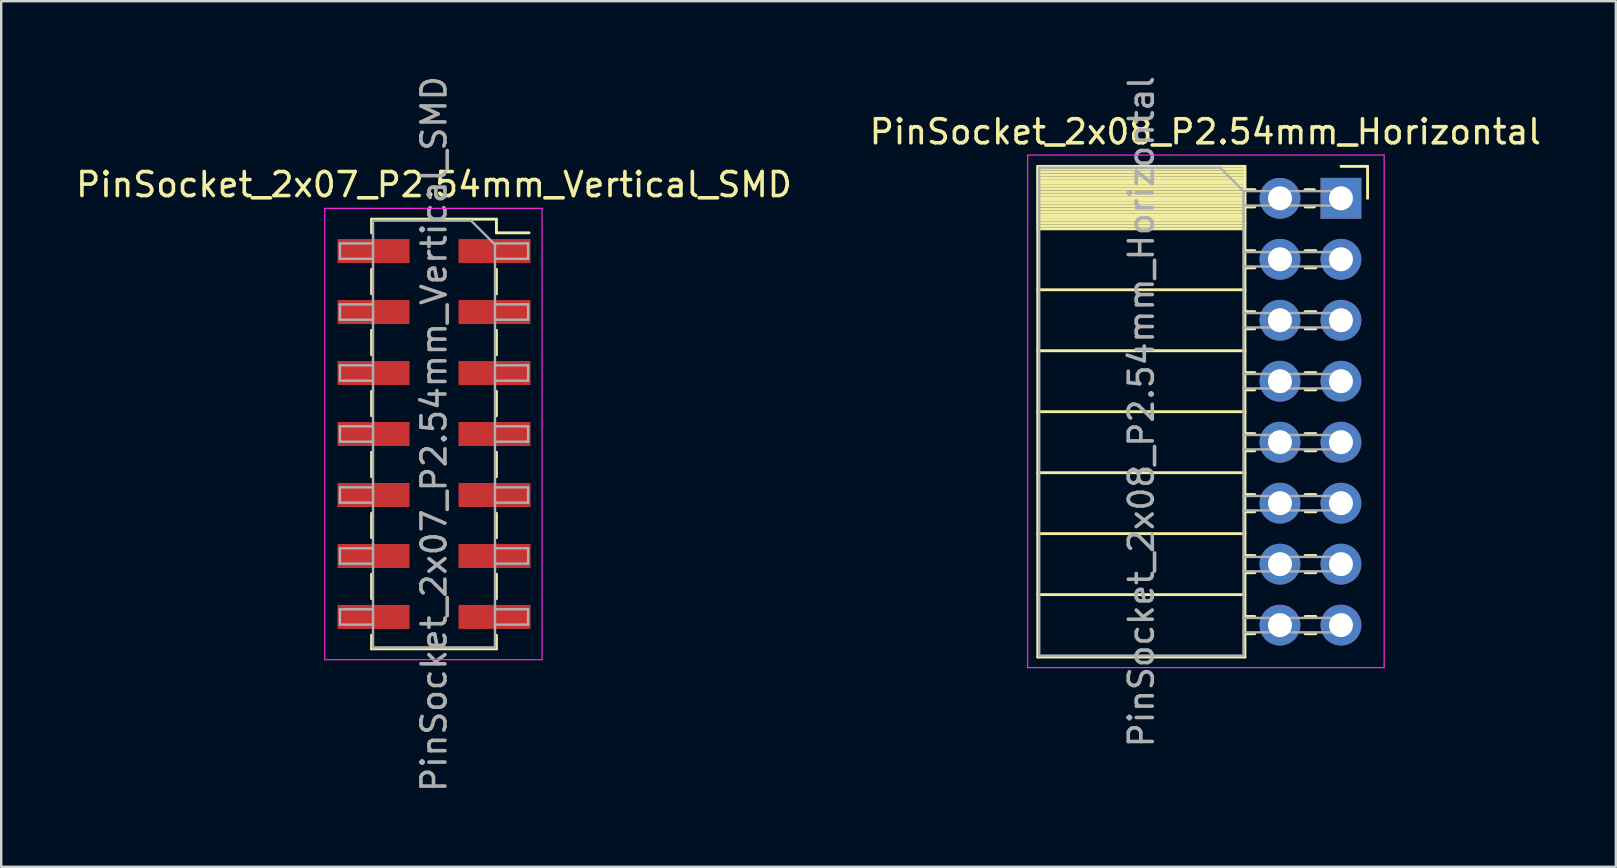
<source format=kicad_pcb>
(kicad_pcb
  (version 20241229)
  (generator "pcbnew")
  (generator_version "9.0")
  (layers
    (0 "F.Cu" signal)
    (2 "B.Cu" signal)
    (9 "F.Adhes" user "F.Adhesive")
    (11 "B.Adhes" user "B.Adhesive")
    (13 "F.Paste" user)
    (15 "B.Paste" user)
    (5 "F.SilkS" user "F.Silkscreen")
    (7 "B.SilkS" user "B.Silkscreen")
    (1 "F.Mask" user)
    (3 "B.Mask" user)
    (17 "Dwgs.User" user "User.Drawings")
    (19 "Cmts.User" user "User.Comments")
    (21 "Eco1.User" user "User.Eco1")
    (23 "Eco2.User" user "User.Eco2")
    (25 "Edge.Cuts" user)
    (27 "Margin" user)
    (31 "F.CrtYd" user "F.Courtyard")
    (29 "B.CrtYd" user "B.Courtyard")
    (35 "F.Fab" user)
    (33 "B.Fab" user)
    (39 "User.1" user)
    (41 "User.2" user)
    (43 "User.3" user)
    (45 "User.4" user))
  (footprint "PinSocket_2x08_P2.54mm_Horizontal"
    (layer "F.Cu")
    (at 52.811 5.211)
    (property "Reference" "PinSocket_2x08_P2.54mm_Horizontal" (at -5.65 -2.77 0) (layer "F.SilkS") (effects (font (size 1 1) (thickness 0.15))))
    (attr through_hole)
    (fp_line (start -12.63 -1.33) (end -12.63 19.11) (stroke (width 0.12) (type solid)) (layer "F.SilkS"))
    (fp_line (start -12.63 -1.33) (end -4 -1.33) (stroke (width 0.12) (type solid)) (layer "F.SilkS"))
    (fp_line (start -12.63 -1.21) (end -4 -1.21) (stroke (width 0.12) (type solid)) (layer "F.SilkS"))
    (fp_line (start -12.63 -1.092) (end -4 -1.092) (stroke (width 0.12) (type solid)) (layer "F.SilkS"))
    (fp_line (start -12.63 -0.974) (end -4 -0.974) (stroke (width 0.12) (type solid)) (layer "F.SilkS"))
    (fp_line (start -12.63 -0.856) (end -4 -0.856) (stroke (width 0.12) (type solid)) (layer "F.SilkS"))
    (fp_line (start -12.63 -0.738) (end -4 -0.738) (stroke (width 0.12) (type solid)) (layer "F.SilkS"))
    (fp_line (start -12.63 -0.62) (end -4 -0.62) (stroke (width 0.12) (type solid)) (layer "F.SilkS"))
    (fp_line (start -12.63 -0.501) (end -4 -0.501) (stroke (width 0.12) (type solid)) (layer "F.SilkS"))
    (fp_line (start -12.63 -0.383) (end -4 -0.383) (stroke (width 0.12) (type solid)) (layer "F.SilkS"))
    (fp_line (start -12.63 -0.265) (end -4 -0.265) (stroke (width 0.12) (type solid)) (layer "F.SilkS"))
    (fp_line (start -12.63 -0.147) (end -4 -0.147) (stroke (width 0.12) (type solid)) (layer "F.SilkS"))
    (fp_line (start -12.63 -0.029) (end -4 -0.029) (stroke (width 0.12) (type solid)) (layer "F.SilkS"))
    (fp_line (start -12.63 0.089) (end -4 0.089) (stroke (width 0.12) (type solid)) (layer "F.SilkS"))
    (fp_line (start -12.63 0.207) (end -4 0.207) (stroke (width 0.12) (type solid)) (layer "F.SilkS"))
    (fp_line (start -12.63 0.325) (end -4 0.325) (stroke (width 0.12) (type solid)) (layer "F.SilkS"))
    (fp_line (start -12.63 0.443) (end -4 0.443) (stroke (width 0.12) (type solid)) (layer "F.SilkS"))
    (fp_line (start -12.63 0.561) (end -4 0.561) (stroke (width 0.12) (type solid)) (layer "F.SilkS"))
    (fp_line (start -12.63 0.68) (end -4 0.68) (stroke (width 0.12) (type solid)) (layer "F.SilkS"))
    (fp_line (start -12.63 0.798) (end -4 0.798) (stroke (width 0.12) (type solid)) (layer "F.SilkS"))
    (fp_line (start -12.63 0.916) (end -4 0.916) (stroke (width 0.12) (type solid)) (layer "F.SilkS"))
    (fp_line (start -12.63 1.034) (end -4 1.034) (stroke (width 0.12) (type solid)) (layer "F.SilkS"))
    (fp_line (start -12.63 1.152) (end -4 1.152) (stroke (width 0.12) (type solid)) (layer "F.SilkS"))
    (fp_line (start -12.63 1.27) (end -4 1.27) (stroke (width 0.12) (type solid)) (layer "F.SilkS"))
    (fp_line (start -12.63 3.81) (end -4 3.81) (stroke (width 0.12) (type solid)) (layer "F.SilkS"))
    (fp_line (start -12.63 6.35) (end -4 6.35) (stroke (width 0.12) (type solid)) (layer "F.SilkS"))
    (fp_line (start -12.63 8.89) (end -4 8.89) (stroke (width 0.12) (type solid)) (layer "F.SilkS"))
    (fp_line (start -12.63 11.43) (end -4 11.43) (stroke (width 0.12) (type solid)) (layer "F.SilkS"))
    (fp_line (start -12.63 13.97) (end -4 13.97) (stroke (width 0.12) (type solid)) (layer "F.SilkS"))
    (fp_line (start -12.63 16.51) (end -4 16.51) (stroke (width 0.12) (type solid)) (layer "F.SilkS"))
    (fp_line (start -12.63 19.11) (end -4 19.11) (stroke (width 0.12) (type solid)) (layer "F.SilkS"))
    (fp_line (start -4 -1.33) (end -4 19.11) (stroke (width 0.12) (type solid)) (layer "F.SilkS"))
    (fp_line (start -4 -0.36) (end -3.59 -0.36) (stroke (width 0.12) (type solid)) (layer "F.SilkS"))
    (fp_line (start -4 0.36) (end -3.59 0.36) (stroke (width 0.12) (type solid)) (layer "F.SilkS"))
    (fp_line (start -4 2.18) (end -3.59 2.18) (stroke (width 0.12) (type solid)) (layer "F.SilkS"))
    (fp_line (start -4 2.9) (end -3.59 2.9) (stroke (width 0.12) (type solid)) (layer "F.SilkS"))
    (fp_line (start -4 4.72) (end -3.59 4.72) (stroke (width 0.12) (type solid)) (layer "F.SilkS"))
    (fp_line (start -4 5.44) (end -3.59 5.44) (stroke (width 0.12) (type solid)) (layer "F.SilkS"))
    (fp_line (start -4 7.26) (end -3.59 7.26) (stroke (width 0.12) (type solid)) (layer "F.SilkS"))
    (fp_line (start -4 7.98) (end -3.59 7.98) (stroke (width 0.12) (type solid)) (layer "F.SilkS"))
    (fp_line (start -4 9.8) (end -3.59 9.8) (stroke (width 0.12) (type solid)) (layer "F.SilkS"))
    (fp_line (start -4 10.52) (end -3.59 10.52) (stroke (width 0.12) (type solid)) (layer "F.SilkS"))
    (fp_line (start -4 12.34) (end -3.59 12.34) (stroke (width 0.12) (type solid)) (layer "F.SilkS"))
    (fp_line (start -4 13.06) (end -3.59 13.06) (stroke (width 0.12) (type solid)) (layer "F.SilkS"))
    (fp_line (start -4 14.88) (end -3.59 14.88) (stroke (width 0.12) (type solid)) (layer "F.SilkS"))
    (fp_line (start -4 15.6) (end -3.59 15.6) (stroke (width 0.12) (type solid)) (layer "F.SilkS"))
    (fp_line (start -4 17.42) (end -3.59 17.42) (stroke (width 0.12) (type solid)) (layer "F.SilkS"))
    (fp_line (start -4 18.14) (end -3.59 18.14) (stroke (width 0.12) (type solid)) (layer "F.SilkS"))
    (fp_line (start -1.49 -0.36) (end -1.11 -0.36) (stroke (width 0.12) (type solid)) (layer "F.SilkS"))
    (fp_line (start -1.49 0.36) (end -1.11 0.36) (stroke (width 0.12) (type solid)) (layer "F.SilkS"))
    (fp_line (start -1.49 2.18) (end -1.05 2.18) (stroke (width 0.12) (type solid)) (layer "F.SilkS"))
    (fp_line (start -1.49 2.9) (end -1.05 2.9) (stroke (width 0.12) (type solid)) (layer "F.SilkS"))
    (fp_line (start -1.49 4.72) (end -1.05 4.72) (stroke (width 0.12) (type solid)) (layer "F.SilkS"))
    (fp_line (start -1.49 5.44) (end -1.05 5.44) (stroke (width 0.12) (type solid)) (layer "F.SilkS"))
    (fp_line (start -1.49 7.26) (end -1.05 7.26) (stroke (width 0.12) (type solid)) (layer "F.SilkS"))
    (fp_line (start -1.49 7.98) (end -1.05 7.98) (stroke (width 0.12) (type solid)) (layer "F.SilkS"))
    (fp_line (start -1.49 9.8) (end -1.05 9.8) (stroke (width 0.12) (type solid)) (layer "F.SilkS"))
    (fp_line (start -1.49 10.52) (end -1.05 10.52) (stroke (width 0.12) (type solid)) (layer "F.SilkS"))
    (fp_line (start -1.49 12.34) (end -1.05 12.34) (stroke (width 0.12) (type solid)) (layer "F.SilkS"))
    (fp_line (start -1.49 13.06) (end -1.05 13.06) (stroke (width 0.12) (type solid)) (layer "F.SilkS"))
    (fp_line (start -1.49 14.88) (end -1.05 14.88) (stroke (width 0.12) (type solid)) (layer "F.SilkS"))
    (fp_line (start -1.49 15.6) (end -1.05 15.6) (stroke (width 0.12) (type solid)) (layer "F.SilkS"))
    (fp_line (start -1.49 17.42) (end -1.05 17.42) (stroke (width 0.12) (type solid)) (layer "F.SilkS"))
    (fp_line (start -1.49 18.14) (end -1.05 18.14) (stroke (width 0.12) (type solid)) (layer "F.SilkS"))
    (fp_line (start 0 -1.33) (end 1.11 -1.33) (stroke (width 0.12) (type solid)) (layer "F.SilkS"))
    (fp_line (start 1.11 -1.33) (end 1.11 0) (stroke (width 0.12) (type solid)) (layer "F.SilkS"))
    (fp_line (start -13.05 -1.8) (end -13.05 19.55) (stroke (width 0.05) (type solid)) (layer "F.CrtYd"))
    (fp_line (start -13.05 19.55) (end 1.8 19.55) (stroke (width 0.05) (type solid)) (layer "F.CrtYd"))
    (fp_line (start 1.8 -1.8) (end -13.05 -1.8) (stroke (width 0.05) (type solid)) (layer "F.CrtYd"))
    (fp_line (start 1.8 19.55) (end 1.8 -1.8) (stroke (width 0.05) (type solid)) (layer "F.CrtYd"))
    (fp_line (start -12.57 -1.27) (end -5.03 -1.27) (stroke (width 0.1) (type solid)) (layer "F.Fab"))
    (fp_line (start -12.57 19.05) (end -12.57 -1.27) (stroke (width 0.1) (type solid)) (layer "F.Fab"))
    (fp_line (start -5.03 -1.27) (end -4.06 -0.3) (stroke (width 0.1) (type solid)) (layer "F.Fab"))
    (fp_line (start -4.06 -0.3) (end -4.06 19.05) (stroke (width 0.1) (type solid)) (layer "F.Fab"))
    (fp_line (start -4.06 0.3) (end 0 0.3) (stroke (width 0.1) (type solid)) (layer "F.Fab"))
    (fp_line (start -4.06 2.84) (end 0 2.84) (stroke (width 0.1) (type solid)) (layer "F.Fab"))
    (fp_line (start -4.06 5.38) (end 0 5.38) (stroke (width 0.1) (type solid)) (layer "F.Fab"))
    (fp_line (start -4.06 7.92) (end 0 7.92) (stroke (width 0.1) (type solid)) (layer "F.Fab"))
    (fp_line (start -4.06 10.46) (end 0 10.46) (stroke (width 0.1) (type solid)) (layer "F.Fab"))
    (fp_line (start -4.06 13) (end 0 13) (stroke (width 0.1) (type solid)) (layer "F.Fab"))
    (fp_line (start -4.06 15.54) (end 0 15.54) (stroke (width 0.1) (type solid)) (layer "F.Fab"))
    (fp_line (start -4.06 18.08) (end 0 18.08) (stroke (width 0.1) (type solid)) (layer "F.Fab"))
    (fp_line (start -4.06 19.05) (end -12.57 19.05) (stroke (width 0.1) (type solid)) (layer "F.Fab"))
    (fp_line (start 0 -0.3) (end -4.06 -0.3) (stroke (width 0.1) (type solid)) (layer "F.Fab"))
    (fp_line (start 0 0.3) (end 0 -0.3) (stroke (width 0.1) (type solid)) (layer "F.Fab"))
    (fp_line (start 0 2.24) (end -4.06 2.24) (stroke (width 0.1) (type solid)) (layer "F.Fab"))
    (fp_line (start 0 2.84) (end 0 2.24) (stroke (width 0.1) (type solid)) (layer "F.Fab"))
    (fp_line (start 0 4.78) (end -4.06 4.78) (stroke (width 0.1) (type solid)) (layer "F.Fab"))
    (fp_line (start 0 5.38) (end 0 4.78) (stroke (width 0.1) (type solid)) (layer "F.Fab"))
    (fp_line (start 0 7.32) (end -4.06 7.32) (stroke (width 0.1) (type solid)) (layer "F.Fab"))
    (fp_line (start 0 7.92) (end 0 7.32) (stroke (width 0.1) (type solid)) (layer "F.Fab"))
    (fp_line (start 0 9.86) (end -4.06 9.86) (stroke (width 0.1) (type solid)) (layer "F.Fab"))
    (fp_line (start 0 10.46) (end 0 9.86) (stroke (width 0.1) (type solid)) (layer "F.Fab"))
    (fp_line (start 0 12.4) (end -4.06 12.4) (stroke (width 0.1) (type solid)) (layer "F.Fab"))
    (fp_line (start 0 13) (end 0 12.4) (stroke (width 0.1) (type solid)) (layer "F.Fab"))
    (fp_line (start 0 14.94) (end -4.06 14.94) (stroke (width 0.1) (type solid)) (layer "F.Fab"))
    (fp_line (start 0 15.54) (end 0 14.94) (stroke (width 0.1) (type solid)) (layer "F.Fab"))
    (fp_line (start 0 17.48) (end -4.06 17.48) (stroke (width 0.1) (type solid)) (layer "F.Fab"))
    (fp_line (start 0 18.08) (end 0 17.48) (stroke (width 0.1) (type solid)) (layer "F.Fab"))
    (fp_text user "${REFERENCE}" (at -8.315 8.89 90) (layer "F.Fab") (effects (font (size 1 1) (thickness 0.15))))
    (pad "1" thru_hole rect (at 0 0) (size 1.7 1.7) (drill 1) (layers "*.Cu" "*.Mask"))
    (pad "2" thru_hole oval (at -2.54 0) (size 1.7 1.7) (drill 1) (layers "*.Cu" "*.Mask"))
    (pad "3" thru_hole oval (at 0 2.54) (size 1.7 1.7) (drill 1) (layers "*.Cu" "*.Mask"))
    (pad "4" thru_hole oval (at -2.54 2.54) (size 1.7 1.7) (drill 1) (layers "*.Cu" "*.Mask"))
    (pad "5" thru_hole oval (at 0 5.08) (size 1.7 1.7) (drill 1) (layers "*.Cu" "*.Mask"))
    (pad "6" thru_hole oval (at -2.54 5.08) (size 1.7 1.7) (drill 1) (layers "*.Cu" "*.Mask"))
    (pad "7" thru_hole oval (at 0 7.62) (size 1.7 1.7) (drill 1) (layers "*.Cu" "*.Mask"))
    (pad "8" thru_hole oval (at -2.54 7.62) (size 1.7 1.7) (drill 1) (layers "*.Cu" "*.Mask"))
    (pad "9" thru_hole oval (at 0 10.16) (size 1.7 1.7) (drill 1) (layers "*.Cu" "*.Mask"))
    (pad "10" thru_hole oval (at -2.54 10.16) (size 1.7 1.7) (drill 1) (layers "*.Cu" "*.Mask"))
    (pad "11" thru_hole oval (at 0 12.7) (size 1.7 1.7) (drill 1) (layers "*.Cu" "*.Mask"))
    (pad "12" thru_hole oval (at -2.54 12.7) (size 1.7 1.7) (drill 1) (layers "*.Cu" "*.Mask"))
    (pad "13" thru_hole oval (at 0 15.24) (size 1.7 1.7) (drill 1) (layers "*.Cu" "*.Mask"))
    (pad "14" thru_hole oval (at -2.54 15.24) (size 1.7 1.7) (drill 1) (layers "*.Cu" "*.Mask"))
    (pad "15" thru_hole oval (at 0 17.78) (size 1.7 1.7) (drill 1) (layers "*.Cu" "*.Mask"))
    (pad "16" thru_hole oval (at -2.54 17.78) (size 1.7 1.7) (drill 1) (layers "*.Cu" "*.Mask")))
  (footprint "PinSocket_2x07_P2.54mm_Vertical_SMD"
    (layer "F.Cu")
    (at 15.03 15.03)
    (property "Reference" "PinSocket_2x07_P2.54mm_Vertical_SMD" (at 0 -10.39 0) (layer "F.SilkS") (effects (font (size 1 1) (thickness 0.15))))
    (attr smd)
    (fp_line (start -2.6 -8.95) (end -2.6 -8.38) (stroke (width 0.12) (type solid)) (layer "F.SilkS"))
    (fp_line (start -2.6 -8.95) (end 2.6 -8.95) (stroke (width 0.12) (type solid)) (layer "F.SilkS"))
    (fp_line (start -2.6 -6.86) (end -2.6 -5.84) (stroke (width 0.12) (type solid)) (layer "F.SilkS"))
    (fp_line (start -2.6 -4.32) (end -2.6 -3.3) (stroke (width 0.12) (type solid)) (layer "F.SilkS"))
    (fp_line (start -2.6 -1.78) (end -2.6 -0.76) (stroke (width 0.12) (type solid)) (layer "F.SilkS"))
    (fp_line (start -2.6 0.76) (end -2.6 1.78) (stroke (width 0.12) (type solid)) (layer "F.SilkS"))
    (fp_line (start -2.6 3.3) (end -2.6 4.32) (stroke (width 0.12) (type solid)) (layer "F.SilkS"))
    (fp_line (start -2.6 5.84) (end -2.6 6.86) (stroke (width 0.12) (type solid)) (layer "F.SilkS"))
    (fp_line (start -2.6 8.38) (end -2.6 8.95) (stroke (width 0.12) (type solid)) (layer "F.SilkS"))
    (fp_line (start -2.6 8.95) (end 2.6 8.95) (stroke (width 0.12) (type solid)) (layer "F.SilkS"))
    (fp_line (start 2.6 -8.95) (end 2.6 -8.38) (stroke (width 0.12) (type solid)) (layer "F.SilkS"))
    (fp_line (start 2.6 -8.38) (end 3.96 -8.38) (stroke (width 0.12) (type solid)) (layer "F.SilkS"))
    (fp_line (start 2.6 -6.86) (end 2.6 -5.84) (stroke (width 0.12) (type solid)) (layer "F.SilkS"))
    (fp_line (start 2.6 -4.32) (end 2.6 -3.3) (stroke (width 0.12) (type solid)) (layer "F.SilkS"))
    (fp_line (start 2.6 -1.78) (end 2.6 -0.76) (stroke (width 0.12) (type solid)) (layer "F.SilkS"))
    (fp_line (start 2.6 0.76) (end 2.6 1.78) (stroke (width 0.12) (type solid)) (layer "F.SilkS"))
    (fp_line (start 2.6 3.3) (end 2.6 4.32) (stroke (width 0.12) (type solid)) (layer "F.SilkS"))
    (fp_line (start 2.6 5.84) (end 2.6 6.86) (stroke (width 0.12) (type solid)) (layer "F.SilkS"))
    (fp_line (start 2.6 8.38) (end 2.6 8.95) (stroke (width 0.12) (type solid)) (layer "F.SilkS"))
    (fp_line (start -4.55 -9.4) (end 4.5 -9.4) (stroke (width 0.05) (type solid)) (layer "F.CrtYd"))
    (fp_line (start -4.55 9.4) (end -4.55 -9.4) (stroke (width 0.05) (type solid)) (layer "F.CrtYd"))
    (fp_line (start 4.5 -9.4) (end 4.5 9.4) (stroke (width 0.05) (type solid)) (layer "F.CrtYd"))
    (fp_line (start 4.5 9.4) (end -4.55 9.4) (stroke (width 0.05) (type solid)) (layer "F.CrtYd"))
    (fp_line (start -3.92 -7.94) (end -2.54 -7.94) (stroke (width 0.1) (type solid)) (layer "F.Fab"))
    (fp_line (start -3.92 -7.3) (end -3.92 -7.94) (stroke (width 0.1) (type solid)) (layer "F.Fab"))
    (fp_line (start -3.92 -5.4) (end -2.54 -5.4) (stroke (width 0.1) (type solid)) (layer "F.Fab"))
    (fp_line (start -3.92 -4.76) (end -3.92 -5.4) (stroke (width 0.1) (type solid)) (layer "F.Fab"))
    (fp_line (start -3.92 -2.86) (end -2.54 -2.86) (stroke (width 0.1) (type solid)) (layer "F.Fab"))
    (fp_line (start -3.92 -2.22) (end -3.92 -2.86) (stroke (width 0.1) (type solid)) (layer "F.Fab"))
    (fp_line (start -3.92 -0.32) (end -2.54 -0.32) (stroke (width 0.1) (type solid)) (layer "F.Fab"))
    (fp_line (start -3.92 0.32) (end -3.92 -0.32) (stroke (width 0.1) (type solid)) (layer "F.Fab"))
    (fp_line (start -3.92 2.22) (end -2.54 2.22) (stroke (width 0.1) (type solid)) (layer "F.Fab"))
    (fp_line (start -3.92 2.86) (end -3.92 2.22) (stroke (width 0.1) (type solid)) (layer "F.Fab"))
    (fp_line (start -3.92 4.76) (end -2.54 4.76) (stroke (width 0.1) (type solid)) (layer "F.Fab"))
    (fp_line (start -3.92 5.4) (end -3.92 4.76) (stroke (width 0.1) (type solid)) (layer "F.Fab"))
    (fp_line (start -3.92 7.3) (end -2.54 7.3) (stroke (width 0.1) (type solid)) (layer "F.Fab"))
    (fp_line (start -3.92 7.94) (end -3.92 7.3) (stroke (width 0.1) (type solid)) (layer "F.Fab"))
    (fp_line (start -2.54 -8.89) (end 1.54 -8.89) (stroke (width 0.1) (type solid)) (layer "F.Fab"))
    (fp_line (start -2.54 -7.3) (end -3.92 -7.3) (stroke (width 0.1) (type solid)) (layer "F.Fab"))
    (fp_line (start -2.54 -4.76) (end -3.92 -4.76) (stroke (width 0.1) (type solid)) (layer "F.Fab"))
    (fp_line (start -2.54 -2.22) (end -3.92 -2.22) (stroke (width 0.1) (type solid)) (layer "F.Fab"))
    (fp_line (start -2.54 0.32) (end -3.92 0.32) (stroke (width 0.1) (type solid)) (layer "F.Fab"))
    (fp_line (start -2.54 2.86) (end -3.92 2.86) (stroke (width 0.1) (type solid)) (layer "F.Fab"))
    (fp_line (start -2.54 5.4) (end -3.92 5.4) (stroke (width 0.1) (type solid)) (layer "F.Fab"))
    (fp_line (start -2.54 7.94) (end -3.92 7.94) (stroke (width 0.1) (type solid)) (layer "F.Fab"))
    (fp_line (start -2.54 8.89) (end -2.54 -8.89) (stroke (width 0.1) (type solid)) (layer "F.Fab"))
    (fp_line (start 1.54 -8.89) (end 2.54 -7.89) (stroke (width 0.1) (type solid)) (layer "F.Fab"))
    (fp_line (start 2.54 -7.94) (end 3.92 -7.94) (stroke (width 0.1) (type solid)) (layer "F.Fab"))
    (fp_line (start 2.54 -7.89) (end 2.54 8.89) (stroke (width 0.1) (type solid)) (layer "F.Fab"))
    (fp_line (start 2.54 -5.4) (end 3.92 -5.4) (stroke (width 0.1) (type solid)) (layer "F.Fab"))
    (fp_line (start 2.54 -2.86) (end 3.92 -2.86) (stroke (width 0.1) (type solid)) (layer "F.Fab"))
    (fp_line (start 2.54 -0.32) (end 3.92 -0.32) (stroke (width 0.1) (type solid)) (layer "F.Fab"))
    (fp_line (start 2.54 2.22) (end 3.92 2.22) (stroke (width 0.1) (type solid)) (layer "F.Fab"))
    (fp_line (start 2.54 4.76) (end 3.92 4.76) (stroke (width 0.1) (type solid)) (layer "F.Fab"))
    (fp_line (start 2.54 7.3) (end 3.92 7.3) (stroke (width 0.1) (type solid)) (layer "F.Fab"))
    (fp_line (start 2.54 8.89) (end -2.54 8.89) (stroke (width 0.1) (type solid)) (layer "F.Fab"))
    (fp_line (start 3.92 -7.94) (end 3.92 -7.3) (stroke (width 0.1) (type solid)) (layer "F.Fab"))
    (fp_line (start 3.92 -7.3) (end 2.54 -7.3) (stroke (width 0.1) (type solid)) (layer "F.Fab"))
    (fp_line (start 3.92 -5.4) (end 3.92 -4.76) (stroke (width 0.1) (type solid)) (layer "F.Fab"))
    (fp_line (start 3.92 -4.76) (end 2.54 -4.76) (stroke (width 0.1) (type solid)) (layer "F.Fab"))
    (fp_line (start 3.92 -2.86) (end 3.92 -2.22) (stroke (width 0.1) (type solid)) (layer "F.Fab"))
    (fp_line (start 3.92 -2.22) (end 2.54 -2.22) (stroke (width 0.1) (type solid)) (layer "F.Fab"))
    (fp_line (start 3.92 -0.32) (end 3.92 0.32) (stroke (width 0.1) (type solid)) (layer "F.Fab"))
    (fp_line (start 3.92 0.32) (end 2.54 0.32) (stroke (width 0.1) (type solid)) (layer "F.Fab"))
    (fp_line (start 3.92 2.22) (end 3.92 2.86) (stroke (width 0.1) (type solid)) (layer "F.Fab"))
    (fp_line (start 3.92 2.86) (end 2.54 2.86) (stroke (width 0.1) (type solid)) (layer "F.Fab"))
    (fp_line (start 3.92 4.76) (end 3.92 5.4) (stroke (width 0.1) (type solid)) (layer "F.Fab"))
    (fp_line (start 3.92 5.4) (end 2.54 5.4) (stroke (width 0.1) (type solid)) (layer "F.Fab"))
    (fp_line (start 3.92 7.3) (end 3.92 7.94) (stroke (width 0.1) (type solid)) (layer "F.Fab"))
    (fp_line (start 3.92 7.94) (end 2.54 7.94) (stroke (width 0.1) (type solid)) (layer "F.Fab"))
    (fp_text user "${REFERENCE}" (at 0 0 90) (layer "F.Fab") (effects (font (size 1 1) (thickness 0.15))))
    (pad "1" smd rect (at 2.52 -7.62) (size 3 1) (layers "F.Cu" "F.Mask" "F.Paste"))
    (pad "2" smd rect (at -2.52 -7.62) (size 3 1) (layers "F.Cu" "F.Mask" "F.Paste"))
    (pad "3" smd rect (at 2.52 -5.08) (size 3 1) (layers "F.Cu" "F.Mask" "F.Paste"))
    (pad "4" smd rect (at -2.52 -5.08) (size 3 1) (layers "F.Cu" "F.Mask" "F.Paste"))
    (pad "5" smd rect (at 2.52 -2.54) (size 3 1) (layers "F.Cu" "F.Mask" "F.Paste"))
    (pad "6" smd rect (at -2.52 -2.54) (size 3 1) (layers "F.Cu" "F.Mask" "F.Paste"))
    (pad "7" smd rect (at 2.52 0) (size 3 1) (layers "F.Cu" "F.Mask" "F.Paste"))
    (pad "8" smd rect (at -2.52 0) (size 3 1) (layers "F.Cu" "F.Mask" "F.Paste"))
    (pad "9" smd rect (at 2.52 2.54) (size 3 1) (layers "F.Cu" "F.Mask" "F.Paste"))
    (pad "10" smd rect (at -2.52 2.54) (size 3 1) (layers "F.Cu" "F.Mask" "F.Paste"))
    (pad "11" smd rect (at 2.52 5.08) (size 3 1) (layers "F.Cu" "F.Mask" "F.Paste"))
    (pad "12" smd rect (at -2.52 5.08) (size 3 1) (layers "F.Cu" "F.Mask" "F.Paste"))
    (pad "13" smd rect (at 2.52 7.62) (size 3 1) (layers "F.Cu" "F.Mask" "F.Paste"))
    (pad "14" smd rect (at -2.52 7.62) (size 3 1) (layers "F.Cu" "F.Mask" "F.Paste")))
  (gr_rect
    (start -3 -3)
    (end 64.262 33.06)
    (stroke (width 0.1) (type default))
    (fill no)
    (layer "Edge.Cuts")))
</source>
